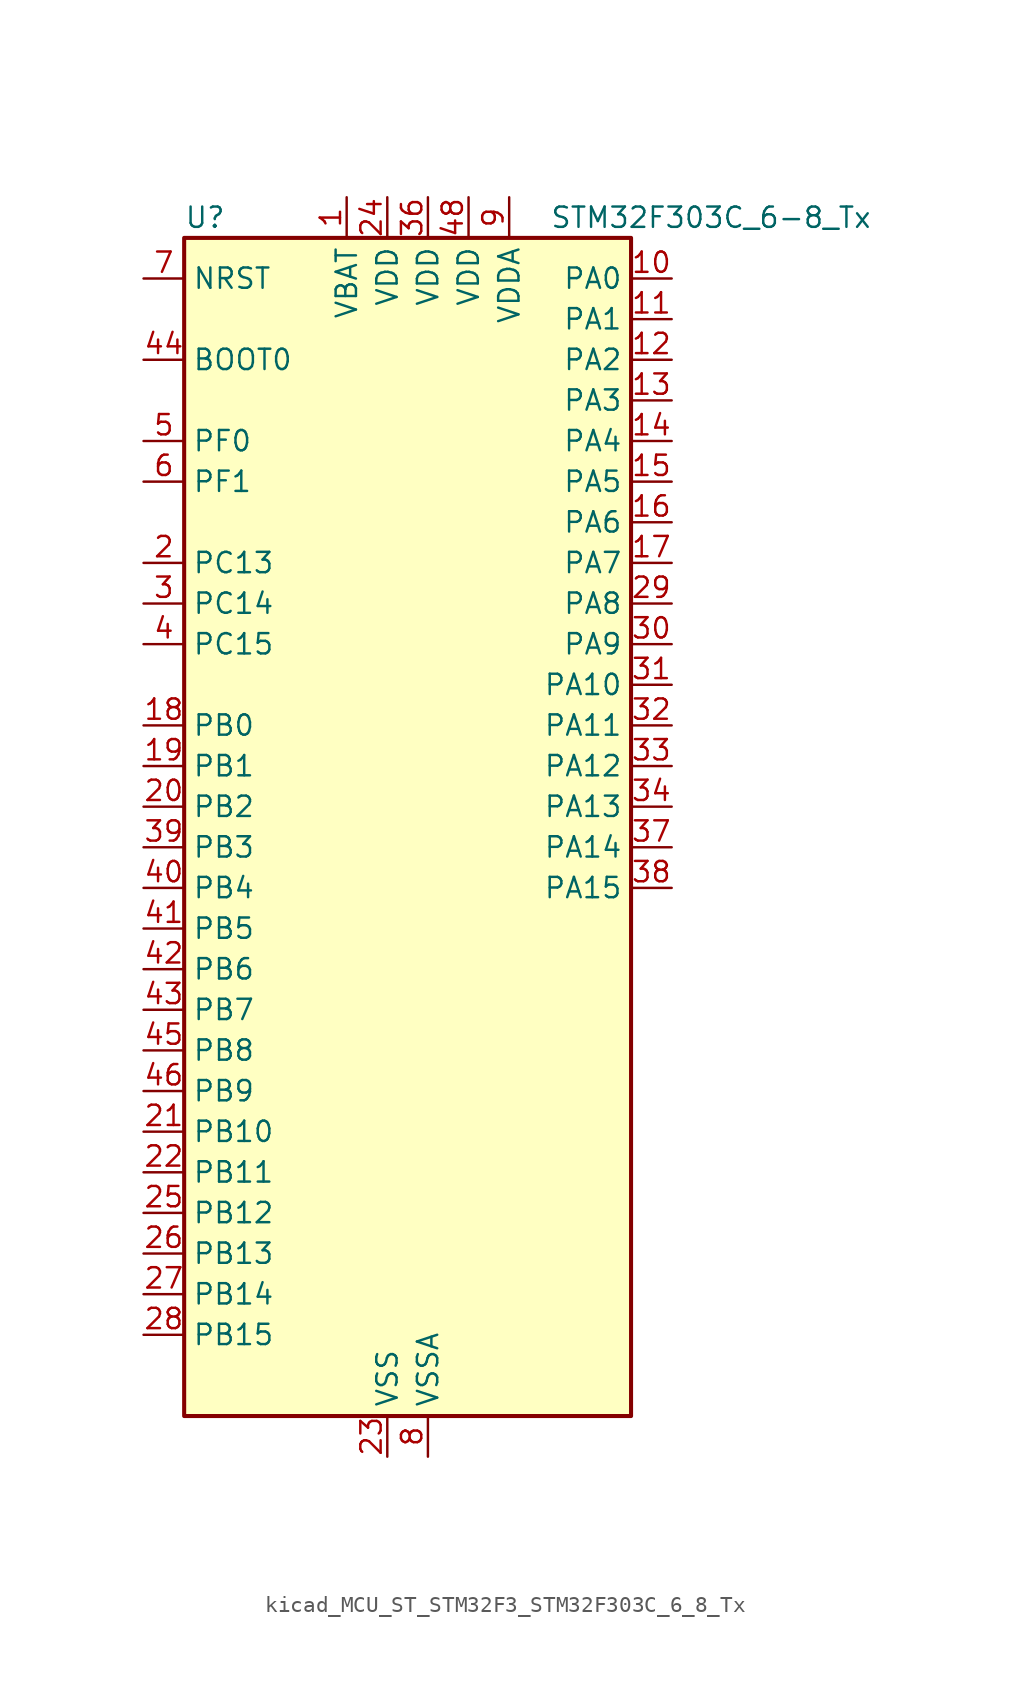
<source format=kicad_sym>
(kicad_symbol_lib
  (version 20220914)
  (generator kicad_symbol_editor)
  (symbol "kicad_MCU_ST_STM32F3_STM32F303C_6_8_Tx"
    (property "Reference" "U"
      (at -12.7 39.37 0)
      (effects (font (size 1.27 1.27)) (justify left)))
    (property "Value" "STM32F303C_6-8_Tx"
      (at 10.16 39.37 0)
      (effects (font (size 1.27 1.27)) (justify left)))
    (property "ki_locked" ""
      (at 0 0 0)
      (effects (font (size 1.27 1.27))))
    (symbol "kicad_MCU_ST_STM32F3_STM32F303C_6_8_Tx_0_1"
      (rectangle (start -12.7 -35.56) (end 15.24 38.1) (stroke (width 0.254) (type default)) (fill (type background))))
    (symbol "kicad_MCU_ST_STM32F3_STM32F303C_6_8_Tx_1_1"
      (pin power_in line (at -2.54 40.64 270) (length 2.54) (name "VBAT" (effects (font (size 1.27 1.27)))) (number "1" (effects (font (size 1.27 1.27)))))
      (pin bidirectional line (at 17.78 35.56 180) (length 2.54) (name "PA0" (effects (font (size 1.27 1.27)))) (number "10" (effects (font (size 1.27 1.27)))) (alternate "ADC1_IN1" bidirectional line) (alternate "RTC_TAMP2" bidirectional line) (alternate "SYS_WKUP1" bidirectional line) (alternate "TIM2_CH1" bidirectional line) (alternate "TIM2_ETR" bidirectional line) (alternate "TSC_G1_IO1" bidirectional line) (alternate "USART2_CTS" bidirectional line))
      (pin bidirectional line (at 17.78 33.02 180) (length 2.54) (name "PA1" (effects (font (size 1.27 1.27)))) (number "11" (effects (font (size 1.27 1.27)))) (alternate "ADC1_IN2" bidirectional line) (alternate "RTC_REFIN" bidirectional line) (alternate "TIM15_CH1N" bidirectional line) (alternate "TIM2_CH2" bidirectional line) (alternate "TSC_G1_IO2" bidirectional line) (alternate "USART2_DE" bidirectional line) (alternate "USART2_RTS" bidirectional line))
      (pin bidirectional line (at 17.78 30.48 180) (length 2.54) (name "PA2" (effects (font (size 1.27 1.27)))) (number "12" (effects (font (size 1.27 1.27)))) (alternate "ADC1_IN3" bidirectional line) (alternate "COMP2_INM" bidirectional line) (alternate "COMP2_OUT" bidirectional line) (alternate "TIM15_CH1" bidirectional line) (alternate "TIM2_CH3" bidirectional line) (alternate "TSC_G1_IO3" bidirectional line) (alternate "USART2_TX" bidirectional line))
      (pin bidirectional line (at 17.78 27.94 180) (length 2.54) (name "PA3" (effects (font (size 1.27 1.27)))) (number "13" (effects (font (size 1.27 1.27)))) (alternate "ADC1_IN4" bidirectional line) (alternate "TIM15_CH2" bidirectional line) (alternate "TIM2_CH4" bidirectional line) (alternate "TSC_G1_IO4" bidirectional line) (alternate "USART2_RX" bidirectional line))
      (pin bidirectional line (at 17.78 25.4 180) (length 2.54) (name "PA4" (effects (font (size 1.27 1.27)))) (number "14" (effects (font (size 1.27 1.27)))) (alternate "ADC2_IN1" bidirectional line) (alternate "COMP2_INM" bidirectional line) (alternate "COMP4_INM" bidirectional line) (alternate "COMP6_INM" bidirectional line) (alternate "DAC1_OUT1" bidirectional line) (alternate "SPI1_NSS" bidirectional line) (alternate "TIM3_CH2" bidirectional line) (alternate "TSC_G2_IO1" bidirectional line) (alternate "USART2_CK" bidirectional line))
      (pin bidirectional line (at 17.78 22.86 180) (length 2.54) (name "PA5" (effects (font (size 1.27 1.27)))) (number "15" (effects (font (size 1.27 1.27)))) (alternate "ADC2_IN2" bidirectional line) (alternate "DAC1_OUT2" bidirectional line) (alternate "OPAMP2_VINM" bidirectional line) (alternate "OPAMP2_VINM_SEC" bidirectional line) (alternate "SPI1_SCK" bidirectional line) (alternate "TIM2_CH1" bidirectional line) (alternate "TIM2_ETR" bidirectional line) (alternate "TSC_G2_IO2" bidirectional line))
      (pin bidirectional line (at 17.78 20.32 180) (length 2.54) (name "PA6" (effects (font (size 1.27 1.27)))) (number "16" (effects (font (size 1.27 1.27)))) (alternate "ADC2_IN3" bidirectional line) (alternate "DAC2_OUT1" bidirectional line) (alternate "OPAMP2_VOUT" bidirectional line) (alternate "SPI1_MISO" bidirectional line) (alternate "TIM16_CH1" bidirectional line) (alternate "TIM1_BKIN" bidirectional line) (alternate "TIM3_CH1" bidirectional line) (alternate "TSC_G2_IO3" bidirectional line))
      (pin bidirectional line (at 17.78 17.78 180) (length 2.54) (name "PA7" (effects (font (size 1.27 1.27)))) (number "17" (effects (font (size 1.27 1.27)))) (alternate "ADC2_IN4" bidirectional line) (alternate "COMP2_INP" bidirectional line) (alternate "OPAMP2_VINP" bidirectional line) (alternate "OPAMP2_VINP_SEC" bidirectional line) (alternate "SPI1_MOSI" bidirectional line) (alternate "TIM17_CH1" bidirectional line) (alternate "TIM1_CH1N" bidirectional line) (alternate "TIM3_CH2" bidirectional line) (alternate "TSC_G2_IO4" bidirectional line))
      (pin bidirectional line (at -15.24 7.62 0) (length 2.54) (name "PB0" (effects (font (size 1.27 1.27)))) (number "18" (effects (font (size 1.27 1.27)))) (alternate "ADC1_IN11" bidirectional line) (alternate "COMP4_INP" bidirectional line) (alternate "OPAMP2_VINP" bidirectional line) (alternate "OPAMP2_VINP_SEC" bidirectional line) (alternate "TIM1_CH2N" bidirectional line) (alternate "TIM3_CH3" bidirectional line) (alternate "TSC_G3_IO2" bidirectional line))
      (pin bidirectional line (at -15.24 5.08 0) (length 2.54) (name "PB1" (effects (font (size 1.27 1.27)))) (number "19" (effects (font (size 1.27 1.27)))) (alternate "ADC1_IN12" bidirectional line) (alternate "COMP4_OUT" bidirectional line) (alternate "TIM1_CH3N" bidirectional line) (alternate "TIM3_CH4" bidirectional line) (alternate "TSC_G3_IO3" bidirectional line))
      (pin bidirectional line (at -15.24 17.78 0) (length 2.54) (name "PC13" (effects (font (size 1.27 1.27)))) (number "2" (effects (font (size 1.27 1.27)))) (alternate "RTC_OUT_ALARM" bidirectional line) (alternate "RTC_OUT_CALIB" bidirectional line) (alternate "RTC_TAMP1" bidirectional line) (alternate "RTC_TS" bidirectional line) (alternate "SYS_WKUP2" bidirectional line) (alternate "TIM1_CH1N" bidirectional line))
      (pin bidirectional line (at -15.24 2.54 0) (length 2.54) (name "PB2" (effects (font (size 1.27 1.27)))) (number "20" (effects (font (size 1.27 1.27)))) (alternate "ADC2_IN12" bidirectional line) (alternate "COMP4_INM" bidirectional line) (alternate "TSC_G3_IO4" bidirectional line))
      (pin bidirectional line (at -15.24 -17.78 0) (length 2.54) (name "PB10" (effects (font (size 1.27 1.27)))) (number "21" (effects (font (size 1.27 1.27)))) (alternate "TIM2_CH3" bidirectional line) (alternate "TSC_SYNC" bidirectional line) (alternate "USART3_TX" bidirectional line))
      (pin bidirectional line (at -15.24 -20.32 0) (length 2.54) (name "PB11" (effects (font (size 1.27 1.27)))) (number "22" (effects (font (size 1.27 1.27)))) (alternate "COMP6_INP" bidirectional line) (alternate "TIM2_CH4" bidirectional line) (alternate "TSC_G6_IO1" bidirectional line) (alternate "USART3_RX" bidirectional line))
      (pin power_in line (at 0 -38.1 90) (length 2.54) (name "VSS" (effects (font (size 1.27 1.27)))) (number "23" (effects (font (size 1.27 1.27)))))
      (pin power_in line (at 0 40.64 270) (length 2.54) (name "VDD" (effects (font (size 1.27 1.27)))) (number "24" (effects (font (size 1.27 1.27)))))
      (pin bidirectional line (at -15.24 -22.86 0) (length 2.54) (name "PB12" (effects (font (size 1.27 1.27)))) (number "25" (effects (font (size 1.27 1.27)))) (alternate "ADC2_IN13" bidirectional line) (alternate "TIM1_BKIN" bidirectional line) (alternate "TSC_G6_IO2" bidirectional line) (alternate "USART3_CK" bidirectional line))
      (pin bidirectional line (at -15.24 -25.4 0) (length 2.54) (name "PB13" (effects (font (size 1.27 1.27)))) (number "26" (effects (font (size 1.27 1.27)))) (alternate "ADC1_IN13" bidirectional line) (alternate "TIM1_CH1N" bidirectional line) (alternate "TSC_G6_IO3" bidirectional line) (alternate "USART3_CTS" bidirectional line))
      (pin bidirectional line (at -15.24 -27.94 0) (length 2.54) (name "PB14" (effects (font (size 1.27 1.27)))) (number "27" (effects (font (size 1.27 1.27)))) (alternate "ADC2_IN14" bidirectional line) (alternate "OPAMP2_VINP" bidirectional line) (alternate "OPAMP2_VINP_SEC" bidirectional line) (alternate "TIM15_CH1" bidirectional line) (alternate "TIM1_CH2N" bidirectional line) (alternate "TSC_G6_IO4" bidirectional line) (alternate "USART3_DE" bidirectional line) (alternate "USART3_RTS" bidirectional line))
      (pin bidirectional line (at -15.24 -30.48 0) (length 2.54) (name "PB15" (effects (font (size 1.27 1.27)))) (number "28" (effects (font (size 1.27 1.27)))) (alternate "ADC2_IN15" bidirectional line) (alternate "COMP6_INM" bidirectional line) (alternate "RTC_REFIN" bidirectional line) (alternate "TIM15_CH1N" bidirectional line) (alternate "TIM15_CH2" bidirectional line) (alternate "TIM1_CH3N" bidirectional line))
      (pin bidirectional line (at 17.78 15.24 180) (length 2.54) (name "PA8" (effects (font (size 1.27 1.27)))) (number "29" (effects (font (size 1.27 1.27)))) (alternate "RCC_MCO" bidirectional line) (alternate "TIM1_CH1" bidirectional line) (alternate "USART1_CK" bidirectional line))
      (pin bidirectional line (at -15.24 15.24 0) (length 2.54) (name "PC14" (effects (font (size 1.27 1.27)))) (number "3" (effects (font (size 1.27 1.27)))) (alternate "RCC_OSC32_IN" bidirectional line))
      (pin bidirectional line (at 17.78 12.7 180) (length 2.54) (name "PA9" (effects (font (size 1.27 1.27)))) (number "30" (effects (font (size 1.27 1.27)))) (alternate "DAC1_EXTI9" bidirectional line) (alternate "DAC2_EXTI9" bidirectional line) (alternate "TIM15_BKIN" bidirectional line) (alternate "TIM1_CH2" bidirectional line) (alternate "TIM2_CH3" bidirectional line) (alternate "TSC_G4_IO1" bidirectional line) (alternate "USART1_TX" bidirectional line))
      (pin bidirectional line (at 17.78 10.16 180) (length 2.54) (name "PA10" (effects (font (size 1.27 1.27)))) (number "31" (effects (font (size 1.27 1.27)))) (alternate "COMP6_OUT" bidirectional line) (alternate "TIM17_BKIN" bidirectional line) (alternate "TIM1_CH3" bidirectional line) (alternate "TIM2_CH4" bidirectional line) (alternate "TSC_G4_IO2" bidirectional line) (alternate "USART1_RX" bidirectional line))
      (pin bidirectional line (at 17.78 7.62 180) (length 2.54) (name "PA11" (effects (font (size 1.27 1.27)))) (number "32" (effects (font (size 1.27 1.27)))) (alternate "CAN_RX" bidirectional line) (alternate "TIM1_BKIN2" bidirectional line) (alternate "TIM1_CH1N" bidirectional line) (alternate "TIM1_CH4" bidirectional line) (alternate "USART1_CTS" bidirectional line))
      (pin bidirectional line (at 17.78 5.08 180) (length 2.54) (name "PA12" (effects (font (size 1.27 1.27)))) (number "33" (effects (font (size 1.27 1.27)))) (alternate "CAN_TX" bidirectional line) (alternate "COMP2_OUT" bidirectional line) (alternate "TIM16_CH1" bidirectional line) (alternate "TIM1_CH2N" bidirectional line) (alternate "TIM1_ETR" bidirectional line) (alternate "USART1_DE" bidirectional line) (alternate "USART1_RTS" bidirectional line))
      (pin bidirectional line (at 17.78 2.54 180) (length 2.54) (name "PA13" (effects (font (size 1.27 1.27)))) (number "34" (effects (font (size 1.27 1.27)))) (alternate "IR_OUT" bidirectional line) (alternate "SYS_JTMS-SWDIO" bidirectional line) (alternate "TIM16_CH1N" bidirectional line) (alternate "TSC_G4_IO3" bidirectional line) (alternate "USART3_CTS" bidirectional line))
      (pin passive line (at 0 -38.1 90) (length 2.54) hide (name "VSS" (effects (font (size 1.27 1.27)))) (number "35" (effects (font (size 1.27 1.27)))))
      (pin power_in line (at 2.54 40.64 270) (length 2.54) (name "VDD" (effects (font (size 1.27 1.27)))) (number "36" (effects (font (size 1.27 1.27)))))
      (pin bidirectional line (at 17.78 0 180) (length 2.54) (name "PA14" (effects (font (size 1.27 1.27)))) (number "37" (effects (font (size 1.27 1.27)))) (alternate "I2C1_SDA" bidirectional line) (alternate "SYS_JTCK-SWCLK" bidirectional line) (alternate "TIM1_BKIN" bidirectional line) (alternate "TSC_G4_IO4" bidirectional line) (alternate "USART2_TX" bidirectional line))
      (pin bidirectional line (at 17.78 -2.54 180) (length 2.54) (name "PA15" (effects (font (size 1.27 1.27)))) (number "38" (effects (font (size 1.27 1.27)))) (alternate "I2C1_SCL" bidirectional line) (alternate "SPI1_NSS" bidirectional line) (alternate "SYS_JTDI" bidirectional line) (alternate "TIM1_BKIN" bidirectional line) (alternate "TIM2_CH1" bidirectional line) (alternate "TIM2_ETR" bidirectional line) (alternate "TSC_SYNC" bidirectional line) (alternate "USART2_RX" bidirectional line))
      (pin bidirectional line (at -15.24 0 0) (length 2.54) (name "PB3" (effects (font (size 1.27 1.27)))) (number "39" (effects (font (size 1.27 1.27)))) (alternate "SPI1_SCK" bidirectional line) (alternate "SYS_JTDO-TRACESWO" bidirectional line) (alternate "TIM2_CH2" bidirectional line) (alternate "TIM3_ETR" bidirectional line) (alternate "TSC_G5_IO1" bidirectional line) (alternate "USART2_TX" bidirectional line))
      (pin bidirectional line (at -15.24 12.7 0) (length 2.54) (name "PC15" (effects (font (size 1.27 1.27)))) (number "4" (effects (font (size 1.27 1.27)))) (alternate "RCC_OSC32_OUT" bidirectional line))
      (pin bidirectional line (at -15.24 -2.54 0) (length 2.54) (name "PB4" (effects (font (size 1.27 1.27)))) (number "40" (effects (font (size 1.27 1.27)))) (alternate "SPI1_MISO" bidirectional line) (alternate "SYS_NJTRST" bidirectional line) (alternate "TIM16_CH1" bidirectional line) (alternate "TIM17_BKIN" bidirectional line) (alternate "TIM3_CH1" bidirectional line) (alternate "TSC_G5_IO2" bidirectional line) (alternate "USART2_RX" bidirectional line))
      (pin bidirectional line (at -15.24 -5.08 0) (length 2.54) (name "PB5" (effects (font (size 1.27 1.27)))) (number "41" (effects (font (size 1.27 1.27)))) (alternate "I2C1_SMBA" bidirectional line) (alternate "SPI1_MOSI" bidirectional line) (alternate "TIM16_BKIN" bidirectional line) (alternate "TIM17_CH1" bidirectional line) (alternate "TIM3_CH2" bidirectional line) (alternate "USART2_CK" bidirectional line))
      (pin bidirectional line (at -15.24 -7.62 0) (length 2.54) (name "PB6" (effects (font (size 1.27 1.27)))) (number "42" (effects (font (size 1.27 1.27)))) (alternate "I2C1_SCL" bidirectional line) (alternate "TIM16_CH1N" bidirectional line) (alternate "TSC_G5_IO3" bidirectional line) (alternate "USART1_TX" bidirectional line))
      (pin bidirectional line (at -15.24 -10.16 0) (length 2.54) (name "PB7" (effects (font (size 1.27 1.27)))) (number "43" (effects (font (size 1.27 1.27)))) (alternate "I2C1_SDA" bidirectional line) (alternate "TIM17_CH1N" bidirectional line) (alternate "TIM3_CH4" bidirectional line) (alternate "TSC_G5_IO4" bidirectional line) (alternate "USART1_RX" bidirectional line))
      (pin input line (at -15.24 30.48 0) (length 2.54) (name "BOOT0" (effects (font (size 1.27 1.27)))) (number "44" (effects (font (size 1.27 1.27)))))
      (pin bidirectional line (at -15.24 -12.7 0) (length 2.54) (name "PB8" (effects (font (size 1.27 1.27)))) (number "45" (effects (font (size 1.27 1.27)))) (alternate "CAN_RX" bidirectional line) (alternate "I2C1_SCL" bidirectional line) (alternate "TIM16_CH1" bidirectional line) (alternate "TIM1_BKIN" bidirectional line) (alternate "TSC_SYNC" bidirectional line) (alternate "USART3_RX" bidirectional line))
      (pin bidirectional line (at -15.24 -15.24 0) (length 2.54) (name "PB9" (effects (font (size 1.27 1.27)))) (number "46" (effects (font (size 1.27 1.27)))) (alternate "CAN_TX" bidirectional line) (alternate "COMP2_OUT" bidirectional line) (alternate "DAC1_EXTI9" bidirectional line) (alternate "DAC2_EXTI9" bidirectional line) (alternate "I2C1_SDA" bidirectional line) (alternate "IR_OUT" bidirectional line) (alternate "TIM17_CH1" bidirectional line) (alternate "USART3_TX" bidirectional line))
      (pin passive line (at 0 -38.1 90) (length 2.54) hide (name "VSS" (effects (font (size 1.27 1.27)))) (number "47" (effects (font (size 1.27 1.27)))))
      (pin power_in line (at 5.08 40.64 270) (length 2.54) (name "VDD" (effects (font (size 1.27 1.27)))) (number "48" (effects (font (size 1.27 1.27)))))
      (pin bidirectional line (at -15.24 25.4 0) (length 2.54) (name "PF0" (effects (font (size 1.27 1.27)))) (number "5" (effects (font (size 1.27 1.27)))) (alternate "RCC_OSC_IN" bidirectional line) (alternate "TIM1_CH3N" bidirectional line))
      (pin bidirectional line (at -15.24 22.86 0) (length 2.54) (name "PF1" (effects (font (size 1.27 1.27)))) (number "6" (effects (font (size 1.27 1.27)))) (alternate "RCC_OSC_OUT" bidirectional line))
      (pin input line (at -15.24 35.56 0) (length 2.54) (name "NRST" (effects (font (size 1.27 1.27)))) (number "7" (effects (font (size 1.27 1.27)))))
      (pin power_in line (at 2.54 -38.1 90) (length 2.54) (name "VSSA" (effects (font (size 1.27 1.27)))) (number "8" (effects (font (size 1.27 1.27)))))
      (pin power_in line (at 7.62 40.64 270) (length 2.54) (name "VDDA" (effects (font (size 1.27 1.27)))) (number "9" (effects (font (size 1.27 1.27))))))))
</source>
